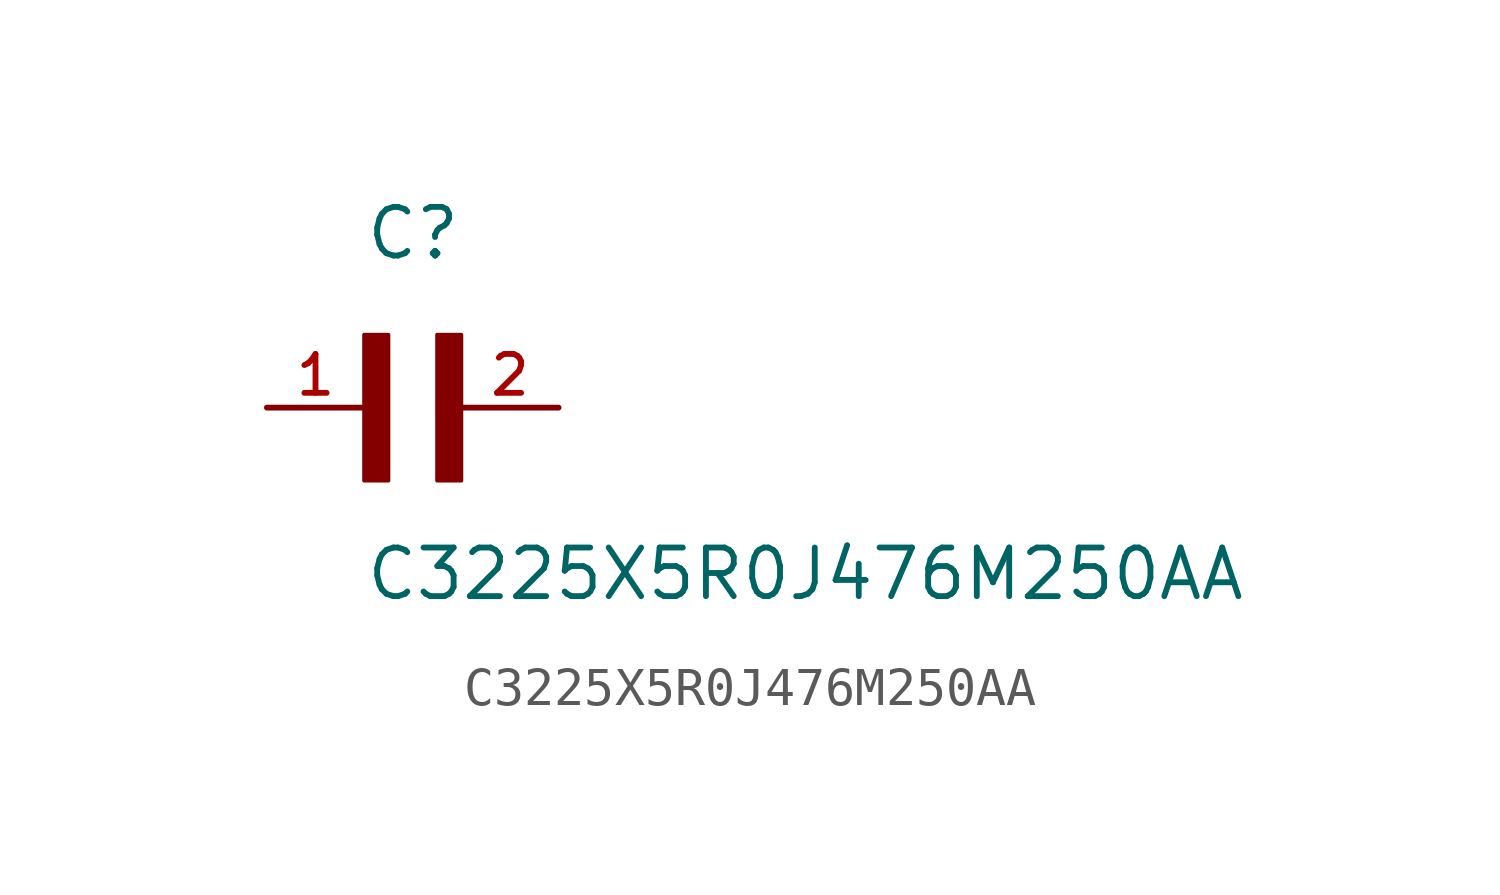
<source format=kicad_sym>
(kicad_symbol_lib
  (version 20241209)
  (generator "kicad_symbol_editor")
  (generator_version "9.0")
  (symbol "C3225X5R0J476M250AA"
    (pin_names
      (offset 1.016))
    (property "Reference" "C"
      (at 0 3.81 0)
      (effects (font (size 1.27 1.27)) (justify left bottom)))
    (property "Value" "C3225X5R0J476M250AA"
      (at 0 -5.088 0)
      (effects (font (size 1.27 1.27)) (justify left bottom)))
    (symbol "C3225X5R0J476M250AA_0_0"
      (rectangle (start 0 -1.907) (end 0.635 1.905) (stroke (width 0.1) (type default)) (fill (type outline)))
      (rectangle (start 1.907 -1.907) (end 2.54 1.905) (stroke (width 0.1) (type default)) (fill (type outline)))
      (pin passive line (at -2.54 0 0) (length 2.54) (name "~" (effects (font (size 1.016 1.016)))) (number "1" (effects (font (size 1.016 1.016)))))
      (pin passive line (at 5.08 0 180) (length 2.54) (name "~" (effects (font (size 1.016 1.016)))) (number "2" (effects (font (size 1.016 1.016))))))))
</source>
